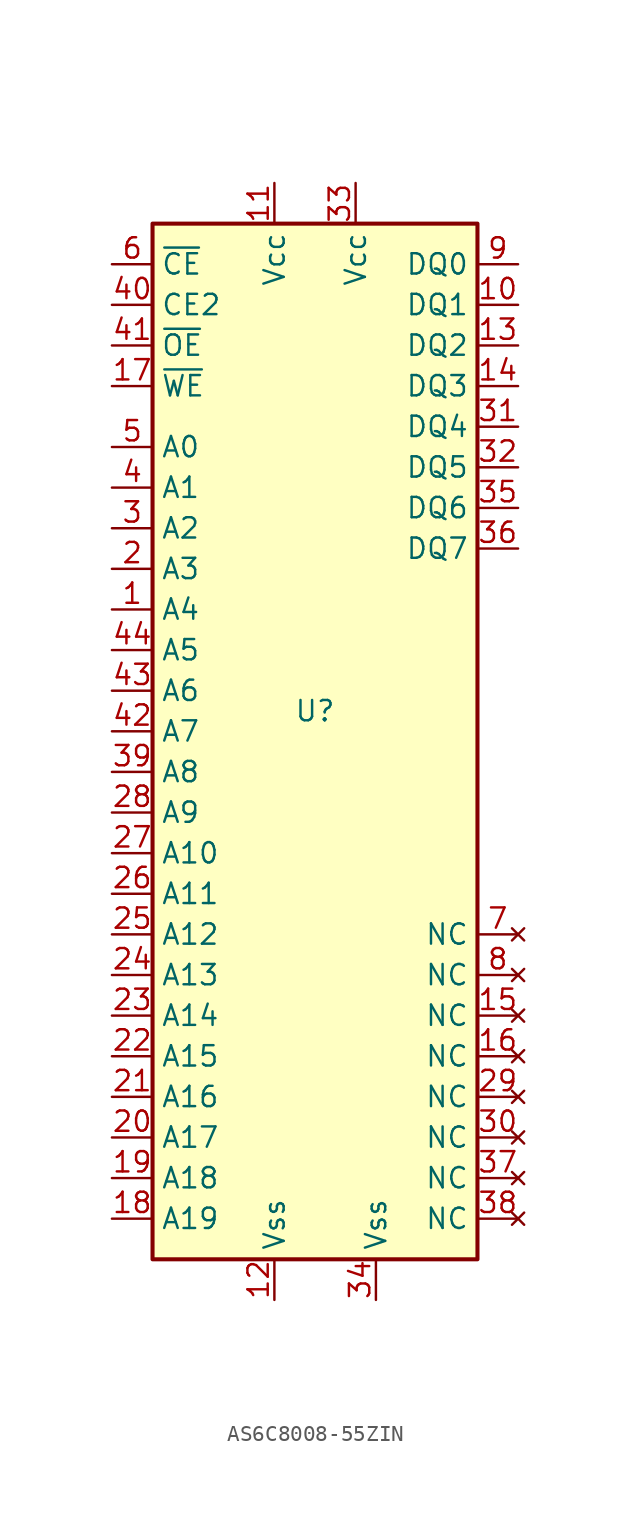
<source format=kicad_sym>
(kicad_symbol_lib
  (version 20220914)
  (generator kicad_symbol_editor)
  (symbol "AS6C8008-55ZIN"
    (property "Reference" "U"
      (at 0 0 0)
      (effects (font (size 1.27 1.27))))
    (property "Value" ""
      (at 0 -5.08 0)
      (effects (font (size 1.27 1.27))))
    (symbol "AS6C8008-55ZIN_0_0"
      (pin tri_state line (at 12.7 20.32 180) (length 2.54) (name "DQ3" (effects (font (size 1.27 1.27)))) (number "14" (effects (font (size 1.27 1.27)))))
      (pin tri_state line (at 12.7 15.24 180) (length 2.54) (name "DQ5" (effects (font (size 1.27 1.27)))) (number "32" (effects (font (size 1.27 1.27))))))
    (symbol "AS6C8008-55ZIN_0_1"
      (rectangle (start -10.16 30.48) (end 10.16 -34.29) (stroke (width 0.254) (type default)) (fill (type background))))
    (symbol "AS6C8008-55ZIN_1_0"
      (pin passive line (at 2.54 33.02 270) (length 2.54) (name "Vcc" (effects (font (size 1.27 1.27)))) (number "33" (effects (font (size 1.27 1.27)))))
      (pin passive line (at 3.81 -36.83 90) (length 2.54) (name "Vss" (effects (font (size 1.27 1.27)))) (number "34" (effects (font (size 1.27 1.27)))))
      (pin tri_state line (at 12.7 12.7 180) (length 2.54) (name "DQ6" (effects (font (size 1.27 1.27)))) (number "35" (effects (font (size 1.27 1.27)))))
      (pin tri_state line (at 12.7 10.16 180) (length 2.54) (name "DQ7" (effects (font (size 1.27 1.27)))) (number "36" (effects (font (size 1.27 1.27)))))
      (pin no_connect line (at 12.7 -29.21 180) (length 2.54) (name "NC" (effects (font (size 1.27 1.27)))) (number "37" (effects (font (size 1.27 1.27)))))
      (pin no_connect line (at 12.7 -31.75 180) (length 2.54) (name "NC" (effects (font (size 1.27 1.27)))) (number "38" (effects (font (size 1.27 1.27)))))
      (pin input line (at -12.7 -3.81 0) (length 2.54) (name "A8" (effects (font (size 1.27 1.27)))) (number "39" (effects (font (size 1.27 1.27)))))
      (pin input line (at -12.7 25.4 0) (length 2.54) (name "CE2" (effects (font (size 1.27 1.27)))) (number "40" (effects (font (size 1.27 1.27)))))
      (pin input line (at -12.7 22.86 0) (length 2.54) (name "~{OE}" (effects (font (size 1.27 1.27)))) (number "41" (effects (font (size 1.27 1.27)))))
      (pin input line (at -12.7 -1.27 0) (length 2.54) (name "A7" (effects (font (size 1.27 1.27)))) (number "42" (effects (font (size 1.27 1.27)))))
      (pin input line (at -12.7 1.27 0) (length 2.54) (name "A6" (effects (font (size 1.27 1.27)))) (number "43" (effects (font (size 1.27 1.27)))))
      (pin input line (at -12.7 3.81 0) (length 2.54) (name "A5" (effects (font (size 1.27 1.27)))) (number "44" (effects (font (size 1.27 1.27))))))
    (symbol "AS6C8008-55ZIN_1_1"
      (pin input line (at -12.7 6.35 0) (length 2.54) (name "A4" (effects (font (size 1.27 1.27)))) (number "1" (effects (font (size 1.27 1.27)))))
      (pin tri_state line (at 12.7 25.4 180) (length 2.54) (name "DQ1" (effects (font (size 1.27 1.27)))) (number "10" (effects (font (size 1.27 1.27)))))
      (pin passive line (at -2.54 33.02 270) (length 2.54) (name "Vcc" (effects (font (size 1.27 1.27)))) (number "11" (effects (font (size 1.27 1.27)))))
      (pin passive line (at -2.54 -36.83 90) (length 2.54) (name "Vss" (effects (font (size 1.27 1.27)))) (number "12" (effects (font (size 1.27 1.27)))))
      (pin tri_state line (at 12.7 22.86 180) (length 2.54) (name "DQ2" (effects (font (size 1.27 1.27)))) (number "13" (effects (font (size 1.27 1.27)))))
      (pin no_connect line (at 12.7 -19.05 180) (length 2.54) (name "NC" (effects (font (size 1.27 1.27)))) (number "15" (effects (font (size 1.27 1.27)))))
      (pin no_connect line (at 12.7 -21.59 180) (length 2.54) (name "NC" (effects (font (size 1.27 1.27)))) (number "16" (effects (font (size 1.27 1.27)))))
      (pin input line (at -12.7 20.32 0) (length 2.54) (name "~{WE}" (effects (font (size 1.27 1.27)))) (number "17" (effects (font (size 1.27 1.27)))))
      (pin input line (at -12.7 -31.75 0) (length 2.54) (name "A19" (effects (font (size 1.27 1.27)))) (number "18" (effects (font (size 1.27 1.27)))))
      (pin input line (at -12.7 -29.21 0) (length 2.54) (name "A18" (effects (font (size 1.27 1.27)))) (number "19" (effects (font (size 1.27 1.27)))))
      (pin input line (at -12.7 8.89 0) (length 2.54) (name "A3" (effects (font (size 1.27 1.27)))) (number "2" (effects (font (size 1.27 1.27)))))
      (pin input line (at -12.7 -26.67 0) (length 2.54) (name "A17" (effects (font (size 1.27 1.27)))) (number "20" (effects (font (size 1.27 1.27)))))
      (pin input line (at -12.7 -24.13 0) (length 2.54) (name "A16" (effects (font (size 1.27 1.27)))) (number "21" (effects (font (size 1.27 1.27)))))
      (pin input line (at -12.7 -21.59 0) (length 2.54) (name "A15" (effects (font (size 1.27 1.27)))) (number "22" (effects (font (size 1.27 1.27)))))
      (pin input line (at -12.7 -19.05 0) (length 2.54) (name "A14" (effects (font (size 1.27 1.27)))) (number "23" (effects (font (size 1.27 1.27)))))
      (pin input line (at -12.7 -16.51 0) (length 2.54) (name "A13" (effects (font (size 1.27 1.27)))) (number "24" (effects (font (size 1.27 1.27)))))
      (pin input line (at -12.7 -13.97 0) (length 2.54) (name "A12" (effects (font (size 1.27 1.27)))) (number "25" (effects (font (size 1.27 1.27)))))
      (pin input line (at -12.7 -11.43 0) (length 2.54) (name "A11" (effects (font (size 1.27 1.27)))) (number "26" (effects (font (size 1.27 1.27)))))
      (pin input line (at -12.7 -8.89 0) (length 2.54) (name "A10" (effects (font (size 1.27 1.27)))) (number "27" (effects (font (size 1.27 1.27)))))
      (pin input line (at -12.7 -6.35 0) (length 2.54) (name "A9" (effects (font (size 1.27 1.27)))) (number "28" (effects (font (size 1.27 1.27)))))
      (pin no_connect line (at 12.7 -24.13 180) (length 2.54) (name "NC" (effects (font (size 1.27 1.27)))) (number "29" (effects (font (size 1.27 1.27)))))
      (pin input line (at -12.7 11.43 0) (length 2.54) (name "A2" (effects (font (size 1.27 1.27)))) (number "3" (effects (font (size 1.27 1.27)))))
      (pin no_connect line (at 12.7 -26.67 180) (length 2.54) (name "NC" (effects (font (size 1.27 1.27)))) (number "30" (effects (font (size 1.27 1.27)))))
      (pin tri_state line (at 12.7 17.78 180) (length 2.54) (name "DQ4" (effects (font (size 1.27 1.27)))) (number "31" (effects (font (size 1.27 1.27)))))
      (pin input line (at -12.7 13.97 0) (length 2.54) (name "A1" (effects (font (size 1.27 1.27)))) (number "4" (effects (font (size 1.27 1.27)))))
      (pin input line (at -12.7 16.51 0) (length 2.54) (name "A0" (effects (font (size 1.27 1.27)))) (number "5" (effects (font (size 1.27 1.27)))))
      (pin input line (at -12.7 27.94 0) (length 2.54) (name "~{CE}" (effects (font (size 1.27 1.27)))) (number "6" (effects (font (size 1.27 1.27)))))
      (pin no_connect line (at 12.7 -13.97 180) (length 2.54) (name "NC" (effects (font (size 1.27 1.27)))) (number "7" (effects (font (size 1.27 1.27)))))
      (pin no_connect line (at 12.7 -16.51 180) (length 2.54) (name "NC" (effects (font (size 1.27 1.27)))) (number "8" (effects (font (size 1.27 1.27)))))
      (pin tri_state line (at 12.7 27.94 180) (length 2.54) (name "DQ0" (effects (font (size 1.27 1.27)))) (number "9" (effects (font (size 1.27 1.27))))))))
</source>
